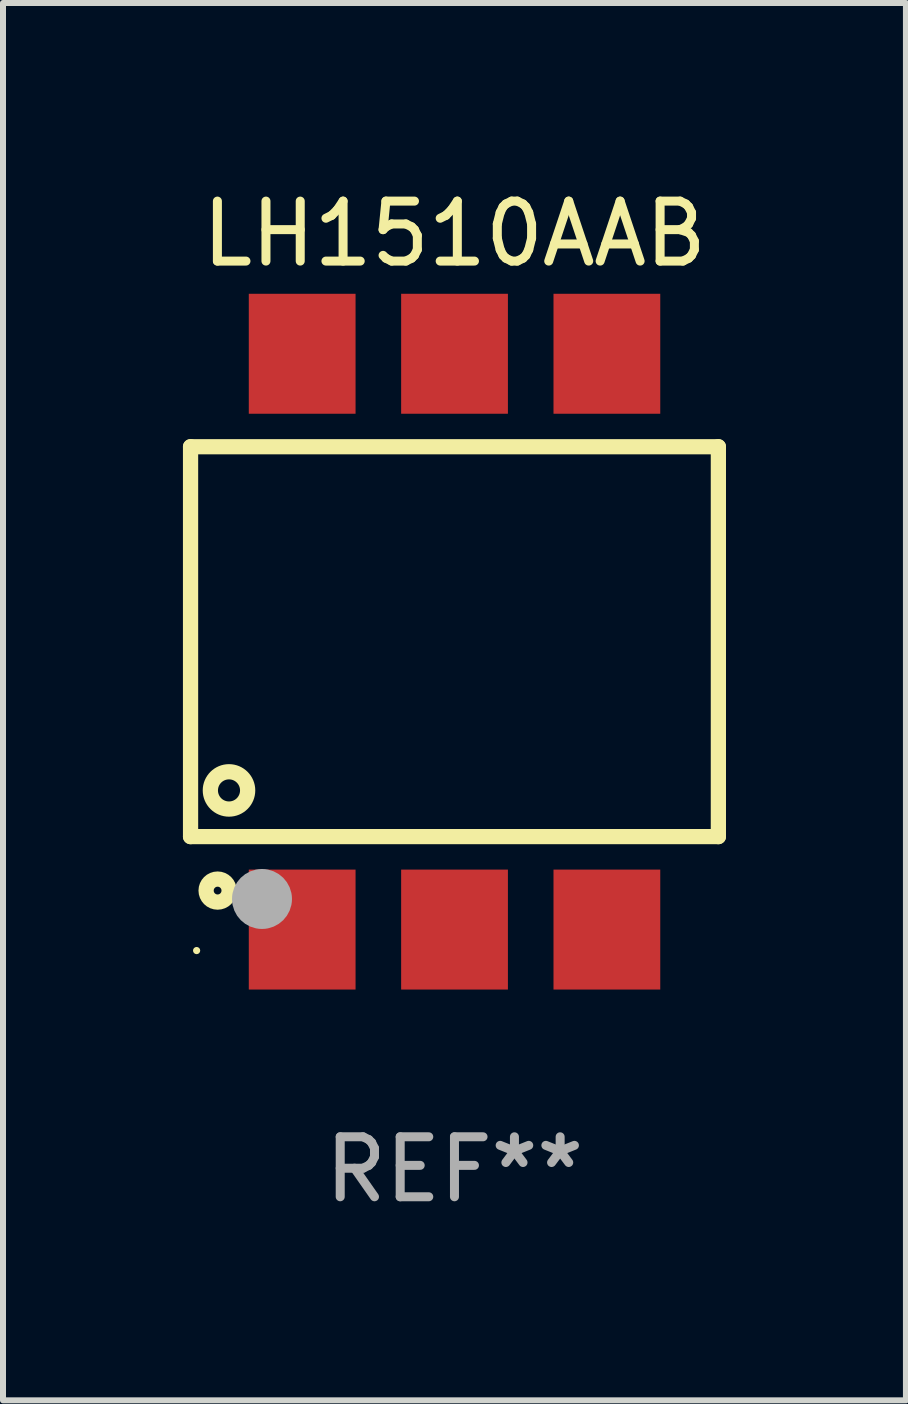
<source format=kicad_pcb>
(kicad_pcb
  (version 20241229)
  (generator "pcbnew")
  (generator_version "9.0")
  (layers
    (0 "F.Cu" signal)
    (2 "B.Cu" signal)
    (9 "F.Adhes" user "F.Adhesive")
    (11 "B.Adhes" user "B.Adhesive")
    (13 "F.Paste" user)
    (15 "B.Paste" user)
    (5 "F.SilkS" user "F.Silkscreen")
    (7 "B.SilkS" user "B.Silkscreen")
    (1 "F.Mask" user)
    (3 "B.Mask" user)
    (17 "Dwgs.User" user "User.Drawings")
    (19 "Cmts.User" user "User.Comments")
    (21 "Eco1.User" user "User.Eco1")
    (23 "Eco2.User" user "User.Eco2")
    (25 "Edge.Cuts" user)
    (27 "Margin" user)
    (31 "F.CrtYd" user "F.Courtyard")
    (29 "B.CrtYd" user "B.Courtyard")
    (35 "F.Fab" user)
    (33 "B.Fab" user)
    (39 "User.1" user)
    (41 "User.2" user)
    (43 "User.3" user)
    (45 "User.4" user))
  (footprint "LH1510AAB"
    (layer "F.Cu")
    (at 4.527 7.648)
    (property "Reference" "LH1510AAB" (at 0 -6.8 0) (layer "F.SilkS") (effects (font (size 1 1) (thickness 0.15))))
    (attr through_hole)
    (fp_line (start -4.4 -3.25) (end -4.4 3.25) (stroke (width 0.254) (type solid)) (layer "F.SilkS"))
    (fp_line (start -4.4 -3.25) (end 4.4 -3.25) (stroke (width 0.254) (type solid)) (layer "F.SilkS"))
    (fp_line (start 4.4 3.25) (end -4.4 3.25) (stroke (width 0.254) (type solid)) (layer "F.SilkS"))
    (fp_line (start 4.4 3.25) (end 4.4 -3.25) (stroke (width 0.254) (type solid)) (layer "F.SilkS"))
    (fp_circle (center -4.299 5.15) (end -4.269 5.15) (stroke (width 0.06) (type solid)) (fill no) (layer "F.SilkS"))
    (fp_circle (center -3.949 4.15) (end -3.757 4.15) (stroke (width 0.254) (type solid)) (fill no) (layer "F.SilkS"))
    (fp_circle (center -3.759 2.48) (end -3.448 2.48) (stroke (width 0.254) (type solid)) (fill no) (layer "F.SilkS"))
    (fp_circle (center -3.209 4.29) (end -2.959 4.29) (stroke (width 0.5) (type solid)) (fill no) (layer "F.Fab"))
    (fp_text user "REF**" (at 0 8.8 0) (layer "F.Fab") (effects (font (size 1 1) (thickness 0.15))))
    (pad "1" smd rect (at -2.539 4.8) (size 1.78 2) (layers "F.Cu" "F.Mask" "F.Paste"))
    (pad "2" smd rect (at 0.001 4.8) (size 1.78 2) (layers "F.Cu" "F.Mask" "F.Paste"))
    (pad "3" smd rect (at 2.541 4.8) (size 1.78 2) (layers "F.Cu" "F.Mask" "F.Paste"))
    (pad "4" smd rect (at 2.541 -4.8) (size 1.78 2) (layers "F.Cu" "F.Mask" "F.Paste"))
    (pad "5" smd rect (at 0.001 -4.8) (size 1.78 2) (layers "F.Cu" "F.Mask" "F.Paste"))
    (pad "6" smd rect (at -2.539 -4.8) (size 1.78 2) (layers "F.Cu" "F.Mask" "F.Paste")))
  (gr_rect
    (start -3 -3)
    (end 12.054 20.297)
    (stroke (width 0.1) (type default))
    (fill no)
    (layer "Edge.Cuts")))
</source>
